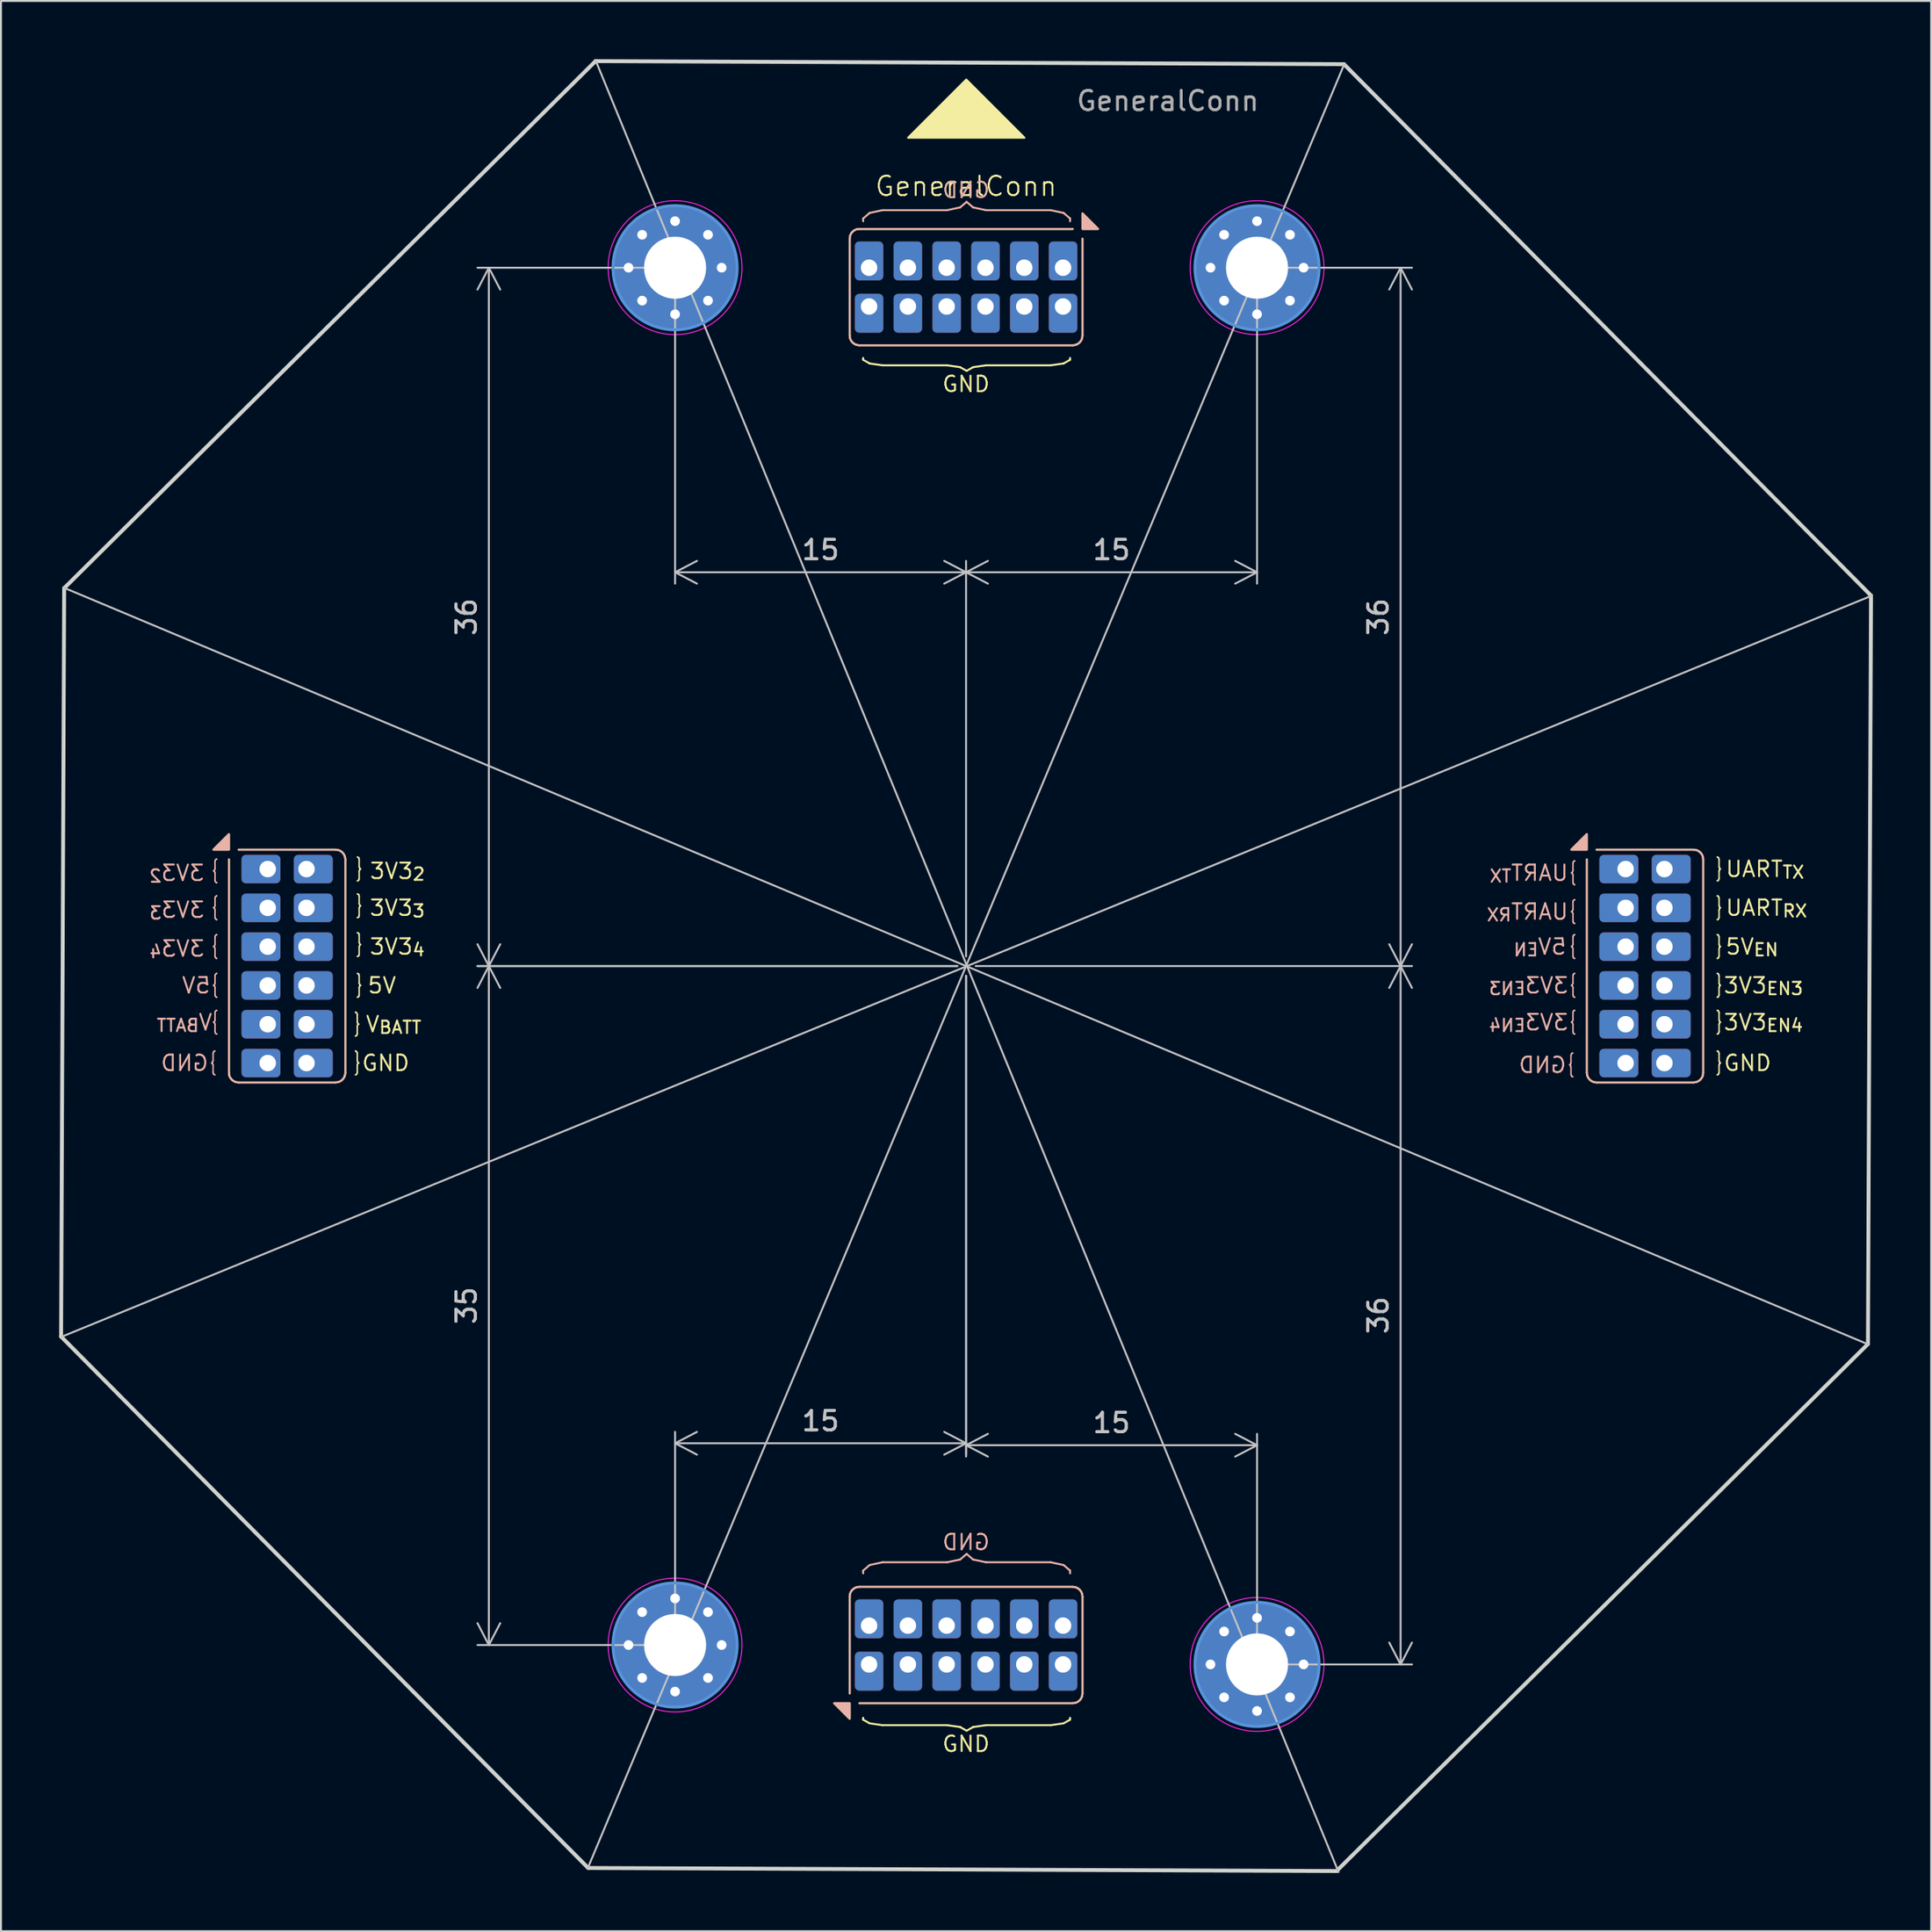
<source format=kicad_pcb>
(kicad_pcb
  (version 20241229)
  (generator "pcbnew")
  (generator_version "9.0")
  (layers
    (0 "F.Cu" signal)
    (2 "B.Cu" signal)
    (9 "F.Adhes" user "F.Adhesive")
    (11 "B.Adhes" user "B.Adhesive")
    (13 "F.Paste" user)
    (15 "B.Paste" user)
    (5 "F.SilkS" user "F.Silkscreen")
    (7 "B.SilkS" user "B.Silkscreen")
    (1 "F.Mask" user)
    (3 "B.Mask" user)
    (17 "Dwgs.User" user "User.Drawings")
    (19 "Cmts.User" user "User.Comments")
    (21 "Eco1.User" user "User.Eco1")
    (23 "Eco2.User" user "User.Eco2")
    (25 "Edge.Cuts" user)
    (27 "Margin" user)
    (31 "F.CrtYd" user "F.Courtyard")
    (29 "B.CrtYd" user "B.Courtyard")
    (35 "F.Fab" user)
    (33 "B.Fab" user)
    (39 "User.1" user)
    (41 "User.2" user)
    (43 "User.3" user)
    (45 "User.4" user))
  (footprint "GeneralConn"
    (layer "F.Cu")
    (at 46.75 46.75)
    (property "Reference" "GeneralConn" (at 0 -40.2 0) (unlocked yes) (layer "F.SilkS") (effects (font (size 1 1) (thickness 0.1))))
    (attr smd)
    (fp_line (start -38 5.5) (end -38 -5.5) (stroke (width 0.1) (type default)) (layer "F.SilkS"))
    (fp_line (start -37.5 -6) (end -32.5 -6) (stroke (width 0.1) (type default)) (layer "F.SilkS"))
    (fp_line (start -32.5 6) (end -37.5 6) (stroke (width 0.1) (type default)) (layer "F.SilkS"))
    (fp_line (start -32 -5.5) (end -32 5.5) (stroke (width 0.1) (type default)) (layer "F.SilkS"))
    (fp_line (start -6 -32.5) (end -6 -37.5) (stroke (width 0.1) (type default)) (layer "F.SilkS"))
    (fp_line (start -6 37.5) (end -6 32.5) (stroke (width 0.1) (type default)) (layer "F.SilkS"))
    (fp_line (start -5.5 -38) (end 5.5 -38) (stroke (width 0.1) (type default)) (layer "F.SilkS"))
    (fp_line (start -5.5 32) (end 5.5 32) (stroke (width 0.1) (type default)) (layer "F.SilkS"))
    (fp_line (start 5.5 -32) (end -5.5 -32) (stroke (width 0.1) (type default)) (layer "F.SilkS"))
    (fp_line (start 5.5 38) (end -5.5 38) (stroke (width 0.1) (type default)) (layer "F.SilkS"))
    (fp_line (start 6 -37.5) (end 6 -32.5) (stroke (width 0.1) (type default)) (layer "F.SilkS"))
    (fp_line (start 6 32.5) (end 6 37.5) (stroke (width 0.1) (type default)) (layer "F.SilkS"))
    (fp_line (start 32 5.5) (end 32 -5.5) (stroke (width 0.1) (type default)) (layer "F.SilkS"))
    (fp_line (start 32.5 -6) (end 37.5 -6) (stroke (width 0.1) (type default)) (layer "F.SilkS"))
    (fp_line (start 37.5 6) (end 32.5 6) (stroke (width 0.1) (type default)) (layer "F.SilkS"))
    (fp_line (start 38 -5.5) (end 38 5.5) (stroke (width 0.1) (type default)) (layer "F.SilkS"))
    (fp_arc (start -37.5 6) (mid -37.853553 5.853553) (end -38 5.5) (stroke (width 0.1) (type default)) (layer "F.SilkS"))
    (fp_arc (start -32.5 -6) (mid -32.146447 -5.853553) (end -32 -5.5) (stroke (width 0.1) (type default)) (layer "F.SilkS"))
    (fp_arc (start -32 5.5) (mid -32.146447 5.853553) (end -32.5 6) (stroke (width 0.1) (type default)) (layer "F.SilkS"))
    (fp_arc (start -6 -37.5) (mid -5.853553 -37.853553) (end -5.5 -38) (stroke (width 0.1) (type default)) (layer "F.SilkS"))
    (fp_arc (start -6 32.5) (mid -5.853553 32.146447) (end -5.5 32) (stroke (width 0.1) (type default)) (layer "F.SilkS"))
    (fp_arc (start -5.5 -32) (mid -5.853553 -32.146447) (end -6 -32.5) (stroke (width 0.1) (type default)) (layer "F.SilkS"))
    (fp_arc (start 5.5 32) (mid 5.853553 32.146447) (end 6 32.5) (stroke (width 0.1) (type default)) (layer "F.SilkS"))
    (fp_arc (start 6 -32.5) (mid 5.853553 -32.146447) (end 5.5 -32) (stroke (width 0.1) (type default)) (layer "F.SilkS"))
    (fp_arc (start 6 37.5) (mid 5.853553 37.853553) (end 5.5 38) (stroke (width 0.1) (type default)) (layer "F.SilkS"))
    (fp_arc (start 32.5 6) (mid 32.146447 5.853553) (end 32 5.5) (stroke (width 0.1) (type default)) (layer "F.SilkS"))
    (fp_arc (start 37.5 -6) (mid 37.853553 -5.853553) (end 38 -5.5) (stroke (width 0.1) (type default)) (layer "F.SilkS"))
    (fp_arc (start 38 5.5) (mid 37.853553 5.853553) (end 37.5 6) (stroke (width 0.1) (type default)) (layer "F.SilkS"))
    (fp_poly (pts (xy -38.8 -6) (xy -38 -6.8) (xy -38 -6)) (stroke (width 0.1) (type solid)) (fill yes) (layer "F.SilkS"))
    (fp_poly (pts (xy -6 38.8) (xy -6.8 38) (xy -6 38)) (stroke (width 0.1) (type solid)) (fill yes) (layer "F.SilkS"))
    (fp_poly (pts (xy -2.989 -42.7) (xy 0.011 -45.7) (xy 3.011 -42.7)) (stroke (width 0.1) (type solid)) (fill yes) (layer "F.SilkS"))
    (fp_poly (pts (xy 6 -38.8) (xy 6.8 -38) (xy 6 -38)) (stroke (width 0.1) (type solid)) (fill yes) (layer "F.SilkS"))
    (fp_poly (pts (xy 31.2 -6) (xy 32 -6.8) (xy 32 -6)) (stroke (width 0.1) (type solid)) (fill yes) (layer "F.SilkS"))
    (fp_line (start -38 5.5) (end -38 -5.5) (stroke (width 0.1) (type solid)) (layer "B.SilkS"))
    (fp_line (start -37.5 -6) (end -32.5 -6) (stroke (width 0.1) (type solid)) (layer "B.SilkS"))
    (fp_line (start -32.5 6) (end -37.5 6) (stroke (width 0.1) (type solid)) (layer "B.SilkS"))
    (fp_line (start -32 -5.5) (end -32 5.5) (stroke (width 0.1) (type solid)) (layer "B.SilkS"))
    (fp_line (start -6 -32.5) (end -6 -37.5) (stroke (width 0.1) (type solid)) (layer "B.SilkS"))
    (fp_line (start -6 37.5) (end -6 32.5) (stroke (width 0.1) (type solid)) (layer "B.SilkS"))
    (fp_line (start -5.5 -38) (end 5.5 -38) (stroke (width 0.1) (type solid)) (layer "B.SilkS"))
    (fp_line (start -5.5 32) (end 5.5 32) (stroke (width 0.1) (type solid)) (layer "B.SilkS"))
    (fp_line (start 5.5 -32) (end -5.5 -32) (stroke (width 0.1) (type solid)) (layer "B.SilkS"))
    (fp_line (start 5.5 38) (end -5.5 38) (stroke (width 0.1) (type solid)) (layer "B.SilkS"))
    (fp_line (start 6 -37.5) (end 6 -32.5) (stroke (width 0.1) (type solid)) (layer "B.SilkS"))
    (fp_line (start 6 32.5) (end 6 37.5) (stroke (width 0.1) (type solid)) (layer "B.SilkS"))
    (fp_line (start 32 5.5) (end 32 -5.5) (stroke (width 0.1) (type solid)) (layer "B.SilkS"))
    (fp_line (start 32.5 -6) (end 37.5 -6) (stroke (width 0.1) (type solid)) (layer "B.SilkS"))
    (fp_line (start 37.5 6) (end 32.5 6) (stroke (width 0.1) (type solid)) (layer "B.SilkS"))
    (fp_line (start 38 -5.5) (end 38 5.5) (stroke (width 0.1) (type solid)) (layer "B.SilkS"))
    (fp_arc (start -37.5 6) (mid -37.853553 5.853553) (end -38 5.5) (stroke (width 0.1) (type solid)) (layer "B.SilkS"))
    (fp_arc (start -32.5 -6) (mid -32.146447 -5.853553) (end -32 -5.5) (stroke (width 0.1) (type solid)) (layer "B.SilkS"))
    (fp_arc (start -32 5.5) (mid -32.146447 5.853553) (end -32.5 6) (stroke (width 0.1) (type solid)) (layer "B.SilkS"))
    (fp_arc (start -6 -37.5) (mid -5.853553 -37.853553) (end -5.5 -38) (stroke (width 0.1) (type solid)) (layer "B.SilkS"))
    (fp_arc (start -6 32.5) (mid -5.853553 32.146447) (end -5.5 32) (stroke (width 0.1) (type solid)) (layer "B.SilkS"))
    (fp_arc (start -5.5 -32) (mid -5.853553 -32.146447) (end -6 -32.5) (stroke (width 0.1) (type solid)) (layer "B.SilkS"))
    (fp_arc (start 5.5 32) (mid 5.853553 32.146447) (end 6 32.5) (stroke (width 0.1) (type solid)) (layer "B.SilkS"))
    (fp_arc (start 6 -32.5) (mid 5.853553 -32.146447) (end 5.5 -32) (stroke (width 0.1) (type solid)) (layer "B.SilkS"))
    (fp_arc (start 6 37.5) (mid 5.853553 37.853553) (end 5.5 38) (stroke (width 0.1) (type solid)) (layer "B.SilkS"))
    (fp_arc (start 32.5 6) (mid 32.146447 5.853553) (end 32 5.5) (stroke (width 0.1) (type solid)) (layer "B.SilkS"))
    (fp_arc (start 37.5 -6) (mid 37.853553 -5.853553) (end 38 -5.5) (stroke (width 0.1) (type solid)) (layer "B.SilkS"))
    (fp_arc (start 38 5.5) (mid 37.853553 5.853553) (end 37.5 6) (stroke (width 0.1) (type solid)) (layer "B.SilkS"))
    (fp_poly (pts (xy -38.8 -6) (xy -38 -6.8) (xy -38 -6)) (stroke (width 0.1) (type solid)) (fill yes) (layer "B.SilkS"))
    (fp_poly (pts (xy -6 38.8) (xy -6.8 38) (xy -6 38)) (stroke (width 0.1) (type solid)) (fill yes) (layer "B.SilkS"))
    (fp_poly (pts (xy 6 -38.8) (xy 6.8 -38) (xy 6 -38)) (stroke (width 0.1) (type solid)) (fill yes) (layer "B.SilkS"))
    (fp_poly (pts (xy 31.2 -6) (xy 32 -6.8) (xy 32 -6)) (stroke (width 0.1) (type solid)) (fill yes) (layer "B.SilkS"))
    (fp_line (start -46.6 19.1) (end 46.7 -19.1) (stroke (width 0.1) (type default)) (layer "Dwgs.User"))
    (fp_line (start -19.5 46.5) (end 19.5 -46.5) (stroke (width 0.1) (type default)) (layer "Dwgs.User"))
    (fp_line (start 19.2 46.7) (end -19.1 -46.7) (stroke (width 0.1) (type default)) (layer "Dwgs.User"))
    (fp_line (start 46.5 19.5) (end -46.5 -19.5) (stroke (width 0.1) (type default)) (layer "Dwgs.User"))
    (fp_circle (center -15 -36) (end -11.8 -36) (stroke (width 0.15) (type solid)) (fill no) (layer "Cmts.User"))
    (fp_circle (center -15 35) (end -11.8 35) (stroke (width 0.15) (type solid)) (fill no) (layer "Cmts.User"))
    (fp_circle (center 15 -36) (end 18.2 -36) (stroke (width 0.15) (type solid)) (fill no) (layer "Cmts.User"))
    (fp_circle (center 15 36) (end 18.2 36) (stroke (width 0.15) (type solid)) (fill no) (layer "Cmts.User"))
    (fp_line (start -46.65 19.1) (end -46.492 -19.481) (stroke (width 0.2) (type default)) (layer "Edge.Cuts"))
    (fp_line (start -46.492 -19.481) (end -19.099 -46.649) (stroke (width 0.2) (type default)) (layer "Edge.Cuts"))
    (fp_line (start -19.481 46.493) (end -46.65 19.1) (stroke (width 0.2) (type default)) (layer "Edge.Cuts"))
    (fp_line (start -19.099 -46.649) (end 19.482 -46.491) (stroke (width 0.2) (type default)) (layer "Edge.Cuts"))
    (fp_line (start 19.099 46.651) (end -19.481 46.493) (stroke (width 0.2) (type default)) (layer "Edge.Cuts"))
    (fp_line (start 19.482 -46.491) (end 46.65 -19.098) (stroke (width 0.2) (type default)) (layer "Edge.Cuts"))
    (fp_line (start 46.492 19.483) (end 19.099 46.651) (stroke (width 0.2) (type default)) (layer "Edge.Cuts"))
    (fp_line (start 46.65 -19.098) (end 46.492 19.483) (stroke (width 0.2) (type default)) (layer "Edge.Cuts"))
    (fp_circle (center -15 -36) (end -11.55 -36) (stroke (width 0.05) (type solid)) (fill no) (layer "F.CrtYd"))
    (fp_circle (center -15 35) (end -11.55 35) (stroke (width 0.05) (type solid)) (fill no) (layer "F.CrtYd"))
    (fp_circle (center 15 -36) (end 18.45 -36) (stroke (width 0.05) (type solid)) (fill no) (layer "F.CrtYd"))
    (fp_circle (center 15 36) (end 18.45 36) (stroke (width 0.05) (type solid)) (fill no) (layer "F.CrtYd"))
    (fp_text user " 3V3_{2}" (at -31.4 -4.9 0) (unlocked yes) (layer "F.SilkS") (effects (font (size 0.8 0.8) (thickness 0.1)) (justify left)))
    (fp_text user "GND" (at -31.2 5 0) (unlocked yes) (layer "F.SilkS") (effects (font (size 0.8 0.8) (thickness 0.1)) (justify left)))
    (fp_text user "} " (at -31.5 -2.7 0) (unlocked yes) (layer "F.SilkS") (effects (font (size 0.8 0.5) (thickness 0.075)) (justify left bottom)))
    (fp_text user "}" (at -3.5 -31.7 270) (unlocked yes) (layer "F.SilkS") (effects (font (size 7 2) (thickness 0.1)) (justify left bottom)))
    (fp_text user "3V3_{3}" (at -30.8 -3 0) (unlocked yes) (layer "F.SilkS") (effects (font (size 0.8 0.8) (thickness 0.1)) (justify left)))
    (fp_text user "} " (at 38.6 5.4 0) (unlocked yes) (layer "F.SilkS") (effects (font (size 0.8 0.5) (thickness 0.075)) (justify left bottom)))
    (fp_text user "}" (at -3.5 38.4 270) (unlocked yes) (layer "F.SilkS") (effects (font (size 7 2) (thickness 0.1)) (justify left bottom)))
    (fp_text user "} " (at 38.6 3.3 0) (unlocked yes) (layer "F.SilkS") (effects (font (size 0.8 0.5) (thickness 0.075)) (justify left bottom)))
    (fp_text user "} " (at -31.5 -0.7 0) (unlocked yes) (layer "F.SilkS") (effects (font (size 0.8 0.5) (thickness 0.075)) (justify left bottom)))
    (fp_text user "3V3_{EN3}" (at 39 1 0) (unlocked yes) (layer "F.SilkS") (effects (font (size 0.8 0.8) (thickness 0.1)) (justify left)))
    (fp_text user "3V3_{4}" (at -30.8 -1 0) (unlocked yes) (layer "F.SilkS") (effects (font (size 0.8 0.8) (thickness 0.1)) (justify left)))
    (fp_text user "GND" (at 39 5 0) (unlocked yes) (layer "F.SilkS") (effects (font (size 0.8 0.8) (thickness 0.1)) (justify left)))
    (fp_text user "} " (at 38.6 -4.6 0) (unlocked yes) (layer "F.SilkS") (effects (font (size 0.8 0.5) (thickness 0.075)) (justify left bottom)))
    (fp_text user "UART_{RX}" (at 39.1 -3 0) (unlocked yes) (layer "F.SilkS") (effects (font (size 0.8 0.8) (thickness 0.1)) (justify left)))
    (fp_text user "3V3_{EN4}" (at 39 2.9 0) (unlocked yes) (layer "F.SilkS") (effects (font (size 0.8 0.8) (thickness 0.1)) (justify left)))
    (fp_text user "} " (at 38.6 1.4 0) (unlocked yes) (layer "F.SilkS") (effects (font (size 0.8 0.5) (thickness 0.075)) (justify left bottom)))
    (fp_text user "GND" (at 0 -30 0) (unlocked yes) (layer "F.SilkS") (effects (font (size 0.8 0.8) (thickness 0.1))))
    (fp_text user "V_{BATT}" (at -31 3 0) (unlocked yes) (layer "F.SilkS") (effects (font (size 0.8 0.8) (thickness 0.1)) (justify left)))
    (fp_text user "} " (at 38.6 -2.6 0) (unlocked yes) (layer "F.SilkS") (effects (font (size 0.8 0.5) (thickness 0.075)) (justify left bottom)))
    (fp_text user "5V_{EN}" (at 39.1 -1 0) (unlocked yes) (layer "F.SilkS") (effects (font (size 0.8 0.8) (thickness 0.1)) (justify left)))
    (fp_text user "} " (at -31.6 5.4 0) (unlocked yes) (layer "F.SilkS") (effects (font (size 0.8 0.5) (thickness 0.075)) (justify left bottom)))
    (fp_text user "5V" (at -30.9 1 0) (unlocked yes) (layer "F.SilkS") (effects (font (size 0.8 0.8) (thickness 0.1)) (justify left)))
    (fp_text user "UART_{TX}" (at 39.1 -5 0) (unlocked yes) (layer "F.SilkS") (effects (font (size 0.8 0.8) (thickness 0.1)) (justify left)))
    (fp_text user "} " (at -31.5 1.4 0) (unlocked yes) (layer "F.SilkS") (effects (font (size 0.8 0.5) (thickness 0.075)) (justify left bottom)))
    (fp_text user "GND" (at 0 40.1 0) (unlocked yes) (layer "F.SilkS") (effects (font (size 0.8 0.8) (thickness 0.1))))
    (fp_text user "} " (at 38.6 -0.6 0) (unlocked yes) (layer "F.SilkS") (effects (font (size 0.8 0.5) (thickness 0.075)) (justify left bottom)))
    (fp_text user "} " (at -31.5 -4.6 0) (unlocked yes) (layer "F.SilkS") (effects (font (size 0.8 0.5) (thickness 0.075)) (justify left bottom)))
    (fp_text user "} " (at -31.6 3.4 0) (unlocked yes) (layer "F.SilkS") (effects (font (size 0.8 0.5) (thickness 0.075)) (justify left bottom)))
    (fp_text user "} " (at -38.5 -2.6 0) (unlocked yes) (layer "B.SilkS") (effects (font (size 0.8 0.5) (thickness 0.075)) (justify left bottom mirror)))
    (fp_text user "} " (at 31.5 -2.4 0) (unlocked yes) (layer "B.SilkS") (effects (font (size 0.8 0.5) (thickness 0.075)) (justify left bottom mirror)))
    (fp_text user "3V3_{3}" (at -39.2 -2.9 0) (unlocked yes) (layer "B.SilkS") (effects (font (size 0.8 0.8) (thickness 0.1)) (justify left mirror)))
    (fp_text user "3V3_{EN3}" (at 31.1 1 0) (unlocked yes) (layer "B.SilkS") (effects (font (size 0.8 0.8) (thickness 0.1)) (justify left mirror)))
    (fp_text user "5V_{EN}" (at 31 -1 0) (unlocked yes) (layer "B.SilkS") (effects (font (size 0.8 0.8) (thickness 0.1)) (justify left mirror)))
    (fp_text user "} " (at -38.5 -4.5 0) (unlocked yes) (layer "B.SilkS") (effects (font (size 0.8 0.5) (thickness 0.075)) (justify left bottom mirror)))
    (fp_text user "UART_{RX}" (at 31.1 -2.8 0) (unlocked yes) (layer "B.SilkS") (effects (font (size 0.8 0.8) (thickness 0.1)) (justify left mirror)))
    (fp_text user "GND" (at -39 5 0) (unlocked yes) (layer "B.SilkS") (effects (font (size 0.8 0.8) (thickness 0.1)) (justify left mirror)))
    (fp_text user "} " (at 31.5 -4.4 0) (unlocked yes) (layer "B.SilkS") (effects (font (size 0.8 0.5) (thickness 0.075)) (justify left bottom mirror)))
    (fp_text user "} " (at -38.6 5.4 0) (unlocked yes) (layer "B.SilkS") (effects (font (size 0.8 0.5) (thickness 0.075)) (justify left bottom mirror)))
    (fp_text user "} " (at -38.5 3.3 0) (unlocked yes) (layer "B.SilkS") (effects (font (size 0.8 0.5) (thickness 0.075)) (justify left bottom mirror)))
    (fp_text user "V_{BATT}" (at -38.8 2.9 0) (unlocked yes) (layer "B.SilkS") (effects (font (size 0.8 0.8) (thickness 0.1)) (justify left mirror)))
    (fp_text user "3V3_{4}" (at -39.2 -0.9 0) (unlocked yes) (layer "B.SilkS") (effects (font (size 0.8 0.8) (thickness 0.1)) (justify left mirror)))
    (fp_text user "UART_{TX}" (at 31.1 -4.8 0) (unlocked yes) (layer "B.SilkS") (effects (font (size 0.8 0.8) (thickness 0.1)) (justify left mirror)))
    (fp_text user "} " (at 31.5 -0.6 0) (unlocked yes) (layer "B.SilkS") (effects (font (size 0.8 0.5) (thickness 0.075)) (justify left bottom mirror)))
    (fp_text user "3V3_{EN4}" (at 31.1 2.9 0) (unlocked yes) (layer "B.SilkS") (effects (font (size 0.8 0.8) (thickness 0.1)) (justify left mirror)))
    (fp_text user "}" (at -3.5 -37.9 270) (unlocked yes) (layer "B.SilkS") (effects (font (size 7 3) (thickness 0.1)) (justify left bottom mirror)))
    (fp_text user "GND" (at 0 -40 0) (unlocked yes) (layer "B.SilkS") (effects (font (size 0.8 0.8) (thickness 0.1)) (justify mirror)))
    (fp_text user "} " (at 31.4 5.5 0) (unlocked yes) (layer "B.SilkS") (effects (font (size 0.8 0.5) (thickness 0.075)) (justify left bottom mirror)))
    (fp_text user " 3V3_{2}" (at -38.6 -4.8 0) (unlocked yes) (layer "B.SilkS") (effects (font (size 0.8 0.8) (thickness 0.1)) (justify left mirror)))
    (fp_text user "} " (at -38.5 -0.6 0) (unlocked yes) (layer "B.SilkS") (effects (font (size 0.8 0.5) (thickness 0.075)) (justify left bottom mirror)))
    (fp_text user "}" (at -3.5 31.8 270) (unlocked yes) (layer "B.SilkS") (effects (font (size 7 3) (thickness 0.1)) (justify left bottom mirror)))
    (fp_text user "} " (at -38.5 1.4 0) (unlocked yes) (layer "B.SilkS") (effects (font (size 0.8 0.5) (thickness 0.075)) (justify left bottom mirror)))
    (fp_text user "GND" (at 31 5.1 0) (unlocked yes) (layer "B.SilkS") (effects (font (size 0.8 0.8) (thickness 0.1)) (justify left mirror)))
    (fp_text user "GND" (at 0 29.7 0) (unlocked yes) (layer "B.SilkS") (effects (font (size 0.8 0.8) (thickness 0.1)) (justify mirror)))
    (fp_text user "5V" (at -38.9 1 0) (unlocked yes) (layer "B.SilkS") (effects (font (size 0.8 0.8) (thickness 0.1)) (justify left mirror)))
    (fp_text user "} " (at 31.5 3.3 0) (unlocked yes) (layer "B.SilkS") (effects (font (size 0.8 0.5) (thickness 0.075)) (justify left bottom mirror)))
    (fp_text user "} " (at 31.5 1.4 0) (unlocked yes) (layer "B.SilkS") (effects (font (size 0.8 0.5) (thickness 0.075)) (justify left bottom mirror)))
    (fp_text user "${REFERENCE}" (at 10.4 -44.6 0) (unlocked yes) (layer "F.Fab") (effects (font (size 1 1) (thickness 0.15))))
    (dimension (type orthogonal) (layer "Dwgs.User") (pts (xy 69.15 46.75) (xy 61.75 82.75)) (height 0) (orientation 1) (format (prefix "") (suffix "") (units 3) (units_format 0) (precision 4) (suppress_zeroes yes)) (style (thickness 0.1) (arrow_length 1.27) (text_position_mode 0) (arrow_direction outward) (extension_height 0.586) (extension_offset 0.5) (keep_text_aligned yes)) (gr_text "36" (at 68 64.75 90) (layer "Dwgs.User") (effects (font (size 1 1) (thickness 0.15)))))
    (dimension (type orthogonal) (layer "Dwgs.User") (pts (xy 61.75 10.75) (xy 46.75 26.45)) (height 15.7) (orientation 0) (format (prefix "") (suffix "") (units 3) (units_format 0) (precision 4) (suppress_zeroes yes)) (style (thickness 0.1) (arrow_length 1.27) (text_position_mode 0) (arrow_direction outward) (extension_height 0.586) (extension_offset 0.5) (keep_text_aligned yes)) (gr_text "15" (at 54.25 25.3 0) (layer "Dwgs.User") (effects (font (size 1 1) (thickness 0.15)))))
    (dimension (type orthogonal) (layer "Dwgs.User") (pts (xy 46.75 46.75) (xy 61.75 10.75)) (height 22.4) (orientation 1) (format (prefix "") (suffix "") (units 3) (units_format 0) (precision 4) (suppress_zeroes yes)) (style (thickness 0.1) (arrow_length 1.27) (text_position_mode 0) (arrow_direction outward) (extension_height 0.586) (extension_offset 0.5) (keep_text_aligned yes)) (gr_text "36" (at 68 28.75 90) (layer "Dwgs.User") (effects (font (size 1 1) (thickness 0.15)))))
    (dimension (type orthogonal) (layer "Dwgs.User") (pts (xy 31.75 10.75) (xy 46.8 46.75)) (height -9.6) (orientation 1) (format (prefix "") (suffix "") (units 3) (units_format 0) (precision 4) (suppress_zeroes yes)) (style (thickness 0.1) (arrow_length 1.27) (text_position_mode 0) (arrow_direction outward) (extension_height 0.586) (extension_offset 0.5) (keep_text_aligned yes)) (gr_text "36" (at 21 28.75 90) (layer "Dwgs.User") (effects (font (size 1 1) (thickness 0.15)))))
    (dimension (type orthogonal) (layer "Dwgs.User") (pts (xy 46.75 46.75) (xy 31.75 10.75)) (height -20.3) (orientation 0) (format (prefix "") (suffix "") (units 3) (units_format 0) (precision 4) (suppress_zeroes yes)) (style (thickness 0.1) (arrow_length 1.27) (text_position_mode 0) (arrow_direction outward) (extension_height 0.586) (extension_offset 0.5) (keep_text_aligned yes)) (gr_text "15" (at 39.25 25.3 0) (layer "Dwgs.User") (effects (font (size 1 1) (thickness 0.15)))))
    (dimension (type orthogonal) (layer "Dwgs.User") (pts (xy 46.8 46.75) (xy 31.75 81.75)) (height -24.65) (orientation 1) (format (prefix "") (suffix "") (units 3) (units_format 0) (precision 4) (suppress_zeroes yes)) (style (thickness 0.1) (arrow_length 1.27) (text_position_mode 0) (arrow_direction outward) (extension_height 0.586) (extension_offset 0.5) (keep_text_aligned yes)) (gr_text "35" (at 21 64.25 90) (layer "Dwgs.User") (effects (font (size 1 1) (thickness 0.15)))))
    (dimension (type orthogonal) (layer "Dwgs.User") (pts (xy 46.75 46.75) (xy 31.75 81.75)) (height 24.6) (orientation 0) (format (prefix "") (suffix "") (units 3) (units_format 0) (precision 4) (suppress_zeroes yes)) (style (thickness 0.1) (arrow_length 1.27) (text_position_mode 0) (arrow_direction outward) (extension_height 0.586) (extension_offset 0.5) (keep_text_aligned yes)) (gr_text "15" (at 39.25 70.2 0) (layer "Dwgs.User") (effects (font (size 1 1) (thickness 0.15)))))
    (dimension (type orthogonal) (layer "Dwgs.User") (pts (xy 46.75 46.75) (xy 61.75 82.75)) (height 24.7) (orientation 0) (format (prefix "") (suffix "") (units 3) (units_format 0) (precision 4) (suppress_zeroes yes)) (style (thickness 0.1) (arrow_length 1.27) (text_position_mode 0) (arrow_direction outward) (extension_height 0.586) (extension_offset 0.5) (keep_text_aligned yes)) (gr_text "15" (at 54.25 70.3 0) (layer "Dwgs.User") (effects (font (size 1 1) (thickness 0.15)))))
    (pad "1" thru_hole roundrect (at -36 -5 180) (size 2 1.46) (drill 0.85 (offset 0.35 0)) (layers "*.Cu" "*.Mask") (roundrect_rratio 0.15))
    (pad "1" thru_hole roundrect (at -34 -5) (size 2 1.46) (drill 0.85 (offset 0.35 0)) (layers "*.Cu" "*.Mask") (roundrect_rratio 0.15))
    (pad "2" thru_hole roundrect (at -36 -3 180) (size 2 1.46) (drill 0.85 (offset 0.35 0)) (layers "*.Cu" "*.Mask") (roundrect_rratio 0.15))
    (pad "2" thru_hole roundrect (at -34 -3) (size 2 1.46) (drill 0.85 (offset 0.35 0)) (layers "*.Cu" "*.Mask") (roundrect_rratio 0.15))
    (pad "3" thru_hole roundrect (at -36 -1 180) (size 2 1.46) (drill 0.85 (offset 0.35 0)) (layers "*.Cu" "*.Mask") (roundrect_rratio 0.15))
    (pad "3" thru_hole roundrect (at -34 -1) (size 2 1.46) (drill 0.85 (offset 0.35 0)) (layers "*.Cu" "*.Mask") (roundrect_rratio 0.15))
    (pad "4" thru_hole roundrect (at -36 1 180) (size 2 1.46) (drill 0.85 (offset 0.35 0)) (layers "*.Cu" "*.Mask") (roundrect_rratio 0.15))
    (pad "4" thru_hole roundrect (at -34 1) (size 2 1.46) (drill 0.85 (offset 0.35 0)) (layers "*.Cu" "*.Mask") (roundrect_rratio 0.15))
    (pad "5" thru_hole roundrect (at -36 3 180) (size 2 1.46) (drill 0.85 (offset 0.35 0)) (layers "*.Cu" "*.Mask") (roundrect_rratio 0.15))
    (pad "5" thru_hole roundrect (at -34 3) (size 2 1.46) (drill 0.85 (offset 0.35 0)) (layers "*.Cu" "*.Mask") (roundrect_rratio 0.15))
    (pad "6" thru_hole roundrect (at 34 -5 180) (size 2 1.46) (drill 0.85 (offset 0.35 0)) (layers "*.Cu" "*.Mask") (roundrect_rratio 0.15))
    (pad "6" thru_hole roundrect (at 36 -5) (size 2 1.46) (drill 0.85 (offset 0.35 0)) (layers "*.Cu" "*.Mask") (roundrect_rratio 0.15))
    (pad "7" thru_hole roundrect (at 34 -3 180) (size 2 1.46) (drill 0.85 (offset 0.35 0)) (layers "*.Cu" "*.Mask") (roundrect_rratio 0.15))
    (pad "7" thru_hole roundrect (at 36 -3) (size 2 1.46) (drill 0.85 (offset 0.35 0)) (layers "*.Cu" "*.Mask") (roundrect_rratio 0.15))
    (pad "8" thru_hole roundrect (at 34 -1 180) (size 2 1.46) (drill 0.85 (offset 0.35 0)) (layers "*.Cu" "*.Mask") (roundrect_rratio 0.15))
    (pad "8" thru_hole roundrect (at 36 -1) (size 2 1.46) (drill 0.85 (offset 0.35 0)) (layers "*.Cu" "*.Mask") (roundrect_rratio 0.15))
    (pad "9" thru_hole roundrect (at 34 1 180) (size 2 1.46) (drill 0.85 (offset 0.35 0)) (layers "*.Cu" "*.Mask") (roundrect_rratio 0.15))
    (pad "9" thru_hole roundrect (at 36 1) (size 2 1.46) (drill 0.85 (offset 0.35 0)) (layers "*.Cu" "*.Mask") (roundrect_rratio 0.15))
    (pad "10" thru_hole roundrect (at 34 3 180) (size 2 1.46) (drill 0.85 (offset 0.35 0)) (layers "*.Cu" "*.Mask") (roundrect_rratio 0.15))
    (pad "10" thru_hole roundrect (at 36 3) (size 2 1.46) (drill 0.85 (offset 0.35 0)) (layers "*.Cu" "*.Mask") (roundrect_rratio 0.15))
    (pad "11" thru_hole roundrect (at -36 5 180) (size 2 1.46) (drill 0.85 (offset 0.35 0)) (layers "*.Cu" "*.Mask") (roundrect_rratio 0.15))
    (pad "11" thru_hole roundrect (at -34 5) (size 2 1.46) (drill 0.85 (offset 0.35 0)) (layers "*.Cu" "*.Mask") (roundrect_rratio 0.15))
    (pad "11" thru_hole circle (at -17.4 -36) (size 0.8 0.8) (drill 0.5) (layers "*.Cu" "*.Mask"))
    (pad "11" thru_hole circle (at -17.4 35) (size 0.8 0.8) (drill 0.5) (layers "*.Cu" "*.Mask"))
    (pad "11" thru_hole circle (at -16.697 -37.697) (size 0.8 0.8) (drill 0.5) (layers "*.Cu" "*.Mask"))
    (pad "11" thru_hole circle (at -16.697 -34.303) (size 0.8 0.8) (drill 0.5) (layers "*.Cu" "*.Mask"))
    (pad "11" thru_hole circle (at -16.697 33.303) (size 0.8 0.8) (drill 0.5) (layers "*.Cu" "*.Mask"))
    (pad "11" thru_hole circle (at -16.697 36.697) (size 0.8 0.8) (drill 0.5) (layers "*.Cu" "*.Mask"))
    (pad "11" thru_hole circle (at -15 -38.4) (size 0.8 0.8) (drill 0.5) (layers "*.Cu" "*.Mask"))
    (pad "11" thru_hole circle (at -15 -36) (size 6.4 6.4) (drill 3.2) (layers "*.Cu" "*.Mask"))
    (pad "11" thru_hole circle (at -15 -33.6) (size 0.8 0.8) (drill 0.5) (layers "*.Cu" "*.Mask"))
    (pad "11" thru_hole circle (at -15 32.6) (size 0.8 0.8) (drill 0.5) (layers "*.Cu" "*.Mask"))
    (pad "11" thru_hole circle (at -15 35) (size 6.4 6.4) (drill 3.2) (layers "*.Cu" "*.Mask"))
    (pad "11" thru_hole circle (at -15 37.4) (size 0.8 0.8) (drill 0.5) (layers "*.Cu" "*.Mask"))
    (pad "11" thru_hole circle (at -13.303 -37.697) (size 0.8 0.8) (drill 0.5) (layers "*.Cu" "*.Mask"))
    (pad "11" thru_hole circle (at -13.303 -34.303) (size 0.8 0.8) (drill 0.5) (layers "*.Cu" "*.Mask"))
    (pad "11" thru_hole circle (at -13.303 33.303) (size 0.8 0.8) (drill 0.5) (layers "*.Cu" "*.Mask"))
    (pad "11" thru_hole circle (at -13.303 36.697) (size 0.8 0.8) (drill 0.5) (layers "*.Cu" "*.Mask"))
    (pad "11" thru_hole circle (at -12.6 -36) (size 0.8 0.8) (drill 0.5) (layers "*.Cu" "*.Mask"))
    (pad "11" thru_hole circle (at -12.6 35) (size 0.8 0.8) (drill 0.5) (layers "*.Cu" "*.Mask"))
    (pad "11" thru_hole roundrect (at -5 -36 90) (size 2 1.46) (drill 0.85 (offset 0.35 0)) (layers "*.Cu" "*.Mask") (roundrect_rratio 0.15))
    (pad "11" thru_hole roundrect (at -5 -34 270) (size 2 1.46) (drill 0.85 (offset 0.35 0)) (layers "*.Cu" "*.Mask") (roundrect_rratio 0.15))
    (pad "11" thru_hole roundrect (at -5 34 90) (size 2 1.46) (drill 0.85 (offset 0.35 0)) (layers "*.Cu" "*.Mask") (roundrect_rratio 0.15))
    (pad "11" thru_hole roundrect (at -5 36 270) (size 2 1.46) (drill 0.85 (offset 0.35 0)) (layers "*.Cu" "*.Mask") (roundrect_rratio 0.15))
    (pad "11" thru_hole roundrect (at -3 -36 90) (size 2 1.46) (drill 0.85 (offset 0.35 0)) (layers "*.Cu" "*.Mask") (roundrect_rratio 0.15))
    (pad "11" thru_hole roundrect (at -3 -34 270) (size 2 1.46) (drill 0.85 (offset 0.35 0)) (layers "*.Cu" "*.Mask") (roundrect_rratio 0.15))
    (pad "11" thru_hole roundrect (at -3 34 90) (size 2 1.46) (drill 0.85 (offset 0.35 0)) (layers "*.Cu" "*.Mask") (roundrect_rratio 0.15))
    (pad "11" thru_hole roundrect (at -3 36 270) (size 2 1.46) (drill 0.85 (offset 0.35 0)) (layers "*.Cu" "*.Mask") (roundrect_rratio 0.15))
    (pad "11" thru_hole roundrect (at -1 -36 90) (size 2 1.46) (drill 0.85 (offset 0.35 0)) (layers "*.Cu" "*.Mask") (roundrect_rratio 0.15))
    (pad "11" thru_hole roundrect (at -1 -34 270) (size 2 1.46) (drill 0.85 (offset 0.35 0)) (layers "*.Cu" "*.Mask") (roundrect_rratio 0.15))
    (pad "11" thru_hole roundrect (at -1 34 90) (size 2 1.46) (drill 0.85 (offset 0.35 0)) (layers "*.Cu" "*.Mask") (roundrect_rratio 0.15))
    (pad "11" thru_hole roundrect (at -1 36 270) (size 2 1.46) (drill 0.85 (offset 0.35 0)) (layers "*.Cu" "*.Mask") (roundrect_rratio 0.15))
    (pad "11" thru_hole roundrect (at 1 -36 90) (size 2 1.46) (drill 0.85 (offset 0.35 0)) (layers "*.Cu" "*.Mask") (roundrect_rratio 0.15))
    (pad "11" thru_hole roundrect (at 1 -34 270) (size 2 1.46) (drill 0.85 (offset 0.35 0)) (layers "*.Cu" "*.Mask") (roundrect_rratio 0.15))
    (pad "11" thru_hole roundrect (at 1 34 90) (size 2 1.46) (drill 0.85 (offset 0.35 0)) (layers "*.Cu" "*.Mask") (roundrect_rratio 0.15))
    (pad "11" thru_hole roundrect (at 1 36 270) (size 2 1.46) (drill 0.85 (offset 0.35 0)) (layers "*.Cu" "*.Mask") (roundrect_rratio 0.15))
    (pad "11" thru_hole roundrect (at 3 -36 90) (size 2 1.46) (drill 0.85 (offset 0.35 0)) (layers "*.Cu" "*.Mask") (roundrect_rratio 0.15))
    (pad "11" thru_hole roundrect (at 3 -34 270) (size 2 1.46) (drill 0.85 (offset 0.35 0)) (layers "*.Cu" "*.Mask") (roundrect_rratio 0.15))
    (pad "11" thru_hole roundrect (at 3 34 90) (size 2 1.46) (drill 0.85 (offset 0.35 0)) (layers "*.Cu" "*.Mask") (roundrect_rratio 0.15))
    (pad "11" thru_hole roundrect (at 3 36 270) (size 2 1.46) (drill 0.85 (offset 0.35 0)) (layers "*.Cu" "*.Mask") (roundrect_rratio 0.15))
    (pad "11" thru_hole roundrect (at 5 -36 90) (size 2 1.46) (drill 0.85 (offset 0.35 0)) (layers "*.Cu" "*.Mask") (roundrect_rratio 0.15))
    (pad "11" thru_hole roundrect (at 5 -34 270) (size 2 1.46) (drill 0.85 (offset 0.35 0)) (layers "*.Cu" "*.Mask") (roundrect_rratio 0.15))
    (pad "11" thru_hole roundrect (at 5 34 90) (size 2 1.46) (drill 0.85 (offset 0.35 0)) (layers "*.Cu" "*.Mask") (roundrect_rratio 0.15))
    (pad "11" thru_hole roundrect (at 5 36 270) (size 2 1.46) (drill 0.85 (offset 0.35 0)) (layers "*.Cu" "*.Mask") (roundrect_rratio 0.15))
    (pad "11" thru_hole circle (at 12.6 -36) (size 0.8 0.8) (drill 0.5) (layers "*.Cu" "*.Mask"))
    (pad "11" thru_hole circle (at 12.6 36) (size 0.8 0.8) (drill 0.5) (layers "*.Cu" "*.Mask"))
    (pad "11" thru_hole circle (at 13.303 -37.697) (size 0.8 0.8) (drill 0.5) (layers "*.Cu" "*.Mask"))
    (pad "11" thru_hole circle (at 13.303 -34.303) (size 0.8 0.8) (drill 0.5) (layers "*.Cu" "*.Mask"))
    (pad "11" thru_hole circle (at 13.303 34.303) (size 0.8 0.8) (drill 0.5) (layers "*.Cu" "*.Mask"))
    (pad "11" thru_hole circle (at 13.303 37.697) (size 0.8 0.8) (drill 0.5) (layers "*.Cu" "*.Mask"))
    (pad "11" thru_hole circle (at 15 -38.4) (size 0.8 0.8) (drill 0.5) (layers "*.Cu" "*.Mask"))
    (pad "11" thru_hole circle (at 15 -36) (size 6.4 6.4) (drill 3.2) (layers "*.Cu" "*.Mask"))
    (pad "11" thru_hole circle (at 15 -33.6) (size 0.8 0.8) (drill 0.5) (layers "*.Cu" "*.Mask"))
    (pad "11" thru_hole circle (at 15 33.6) (size 0.8 0.8) (drill 0.5) (layers "*.Cu" "*.Mask"))
    (pad "11" thru_hole circle (at 15 36) (size 6.4 6.4) (drill 3.2) (layers "*.Cu" "*.Mask"))
    (pad "11" thru_hole circle (at 15 38.4) (size 0.8 0.8) (drill 0.5) (layers "*.Cu" "*.Mask"))
    (pad "11" thru_hole circle (at 16.697 -37.697) (size 0.8 0.8) (drill 0.5) (layers "*.Cu" "*.Mask"))
    (pad "11" thru_hole circle (at 16.697 -34.303) (size 0.8 0.8) (drill 0.5) (layers "*.Cu" "*.Mask"))
    (pad "11" thru_hole circle (at 16.697 34.303) (size 0.8 0.8) (drill 0.5) (layers "*.Cu" "*.Mask"))
    (pad "11" thru_hole circle (at 16.697 37.697) (size 0.8 0.8) (drill 0.5) (layers "*.Cu" "*.Mask"))
    (pad "11" thru_hole circle (at 17.4 -36) (size 0.8 0.8) (drill 0.5) (layers "*.Cu" "*.Mask"))
    (pad "11" thru_hole circle (at 17.4 36) (size 0.8 0.8) (drill 0.5) (layers "*.Cu" "*.Mask"))
    (pad "11" thru_hole roundrect (at 34 5 180) (size 2 1.46) (drill 0.85 (offset 0.35 0)) (layers "*.Cu" "*.Mask") (roundrect_rratio 0.15))
    (pad "11" thru_hole roundrect (at 36 5) (size 2 1.46) (drill 0.85 (offset 0.35 0)) (layers "*.Cu" "*.Mask") (roundrect_rratio 0.15)))
  (gr_rect
    (start -3 -3)
    (end 96.5 96.501)
    (stroke (width 0.1) (type default))
    (fill no)
    (layer "Edge.Cuts")))
</source>
